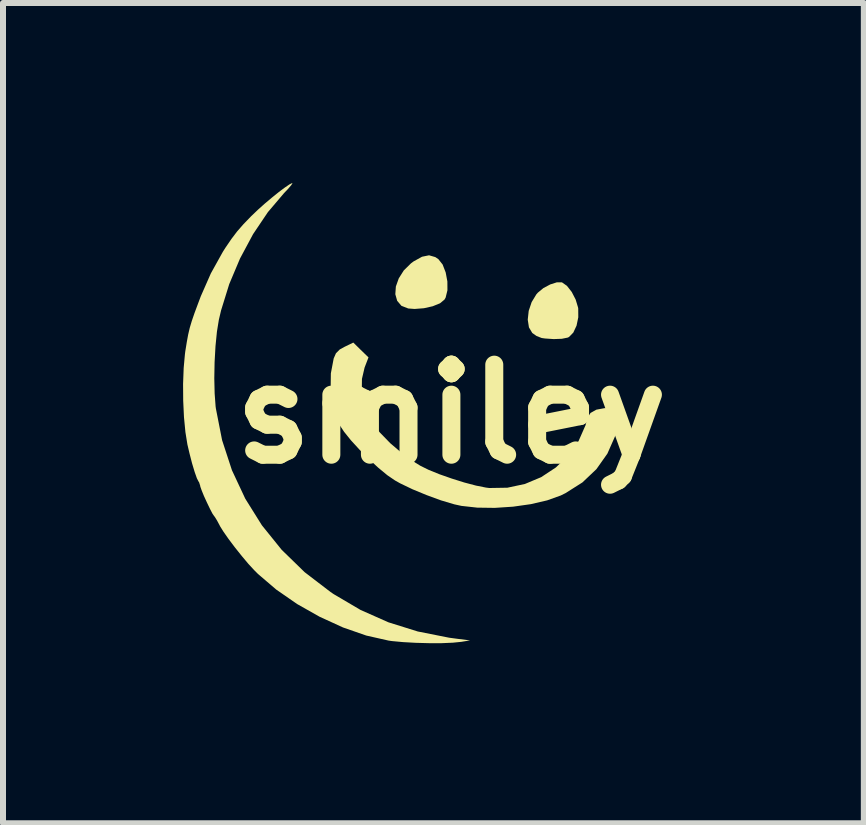
<source format=kicad_pcb>
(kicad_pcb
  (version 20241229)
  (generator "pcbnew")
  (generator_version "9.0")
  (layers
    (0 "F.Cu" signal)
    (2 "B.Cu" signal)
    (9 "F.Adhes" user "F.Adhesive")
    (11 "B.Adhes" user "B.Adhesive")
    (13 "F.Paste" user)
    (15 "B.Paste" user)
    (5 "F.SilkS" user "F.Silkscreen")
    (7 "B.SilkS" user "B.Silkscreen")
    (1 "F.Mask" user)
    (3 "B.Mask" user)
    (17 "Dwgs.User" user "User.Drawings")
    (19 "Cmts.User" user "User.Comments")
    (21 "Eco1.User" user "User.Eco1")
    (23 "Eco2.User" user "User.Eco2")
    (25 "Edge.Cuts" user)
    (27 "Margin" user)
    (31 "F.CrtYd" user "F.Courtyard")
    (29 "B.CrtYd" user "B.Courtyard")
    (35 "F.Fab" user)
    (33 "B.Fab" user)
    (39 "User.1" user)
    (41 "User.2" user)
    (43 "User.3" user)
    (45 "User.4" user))
  (footprint "smiley"
    (layer "F.Cu")
    (at 4.47 3.847)
    (property "Reference" "smiley" (at 0 0 0) (layer "F.SilkS") (effects (font (size 1.5 1.5) (thickness 0.3))))
    (attr board_only exclude_from_pos_files exclude_from_bom)
    (fp_poly (pts (xy -0.268 -2.614) (xy -0.218 -2.581) (xy -0.146 -2.49) (xy -0.095 -2.358) (xy -0.067 -2.208) (xy -0.066 -2.061) (xy -0.096 -1.939) (xy -0.115 -1.906) (xy -0.19 -1.844) (xy -0.311 -1.795) (xy -0.458 -1.762) (xy -0.613 -1.75) (xy -0.719 -1.758) (xy -0.832 -1.802) (xy -0.903 -1.885) (xy -0.934 -1.995) (xy -0.925 -2.124) (xy -0.877 -2.259) (xy -0.793 -2.392) (xy -0.673 -2.51) (xy -0.63 -2.542) (xy -0.489 -2.62) (xy -0.372 -2.644)) (stroke (width 0) (type solid)) (fill yes) (layer "F.SilkS"))
    (fp_poly (pts (xy 1.844 -2.192) (xy 1.925 -2.135) (xy 2.005 -2.033) (xy 2.07 -1.907) (xy 2.11 -1.775) (xy 2.113 -1.757) (xy 2.114 -1.611) (xy 2.085 -1.472) (xy 2.031 -1.356) (xy 1.959 -1.283) (xy 1.939 -1.273) (xy 1.84 -1.253) (xy 1.705 -1.248) (xy 1.559 -1.258) (xy 1.504 -1.266) (xy 1.419 -1.299) (xy 1.348 -1.349) (xy 1.292 -1.443) (xy 1.272 -1.571) (xy 1.288 -1.718) (xy 1.337 -1.864) (xy 1.416 -1.994) (xy 1.441 -2.022) (xy 1.533 -2.098) (xy 1.646 -2.158) (xy 1.755 -2.193) (xy 1.84 -2.193)) (stroke (width 0) (type solid)) (fill yes) (layer "F.SilkS"))
    (fp_poly (pts (xy -1.508 -1.066) (xy -1.381 -0.943) (xy -1.446 -0.774) (xy -1.49 -0.585) (xy -1.493 -0.369) (xy -1.457 -0.15) (xy -1.418 -0.031) (xy -1.33 0.13) (xy -1.193 0.307) (xy -1.018 0.487) (xy -0.815 0.66) (xy -0.596 0.814) (xy -0.516 0.863) (xy -0.38 0.93) (xy -0.201 1.003) (xy 0.004 1.075) (xy 0.214 1.141) (xy 0.411 1.193) (xy 0.576 1.226) (xy 0.631 1.233) (xy 0.933 1.228) (xy 1.224 1.166) (xy 1.496 1.052) (xy 1.74 0.891) (xy 1.951 0.689) (xy 2.118 0.452) (xy 2.235 0.186) (xy 2.269 0.06) (xy 2.317 -0.017) (xy 2.415 -0.072) (xy 2.55 -0.097) (xy 2.583 -0.098) (xy 2.642 -0.088) (xy 2.683 -0.049) (xy 2.723 0.037) (xy 2.728 0.049) (xy 2.759 0.139) (xy 2.767 0.208) (xy 2.753 0.285) (xy 2.728 0.368) (xy 2.599 0.66) (xy 2.416 0.919) (xy 2.183 1.14) (xy 1.902 1.318) (xy 1.821 1.358) (xy 1.595 1.439) (xy 1.324 1.502) (xy 1.027 1.544) (xy 0.723 1.564) (xy 0.431 1.56) (xy 0.168 1.531) (xy 0.049 1.505) (xy -0.173 1.439) (xy -0.413 1.351) (xy -0.648 1.254) (xy -0.854 1.155) (xy -0.938 1.108) (xy -1.067 1.02) (xy -1.216 0.897) (xy -1.375 0.751) (xy -1.531 0.594) (xy -1.673 0.439) (xy -1.788 0.296) (xy -1.865 0.18) (xy -1.873 0.163) (xy -1.966 -0.098) (xy -2.012 -0.385) (xy -2.008 -0.677) (xy -1.961 -0.925) (xy -1.923 -1.012) (xy -1.86 -1.075) (xy -1.78 -1.119) (xy -1.634 -1.19)) (stroke (width 0) (type solid)) (fill yes) (layer "F.SilkS"))
    (fp_poly (pts (xy -2.648 -3.843) (xy -2.669 -3.811) (xy -2.723 -3.748) (xy -2.787 -3.681) (xy -3.057 -3.363) (xy -3.304 -2.996) (xy -3.521 -2.591) (xy -3.701 -2.164) (xy -3.837 -1.726) (xy -3.874 -1.569) (xy -3.906 -1.372) (xy -3.93 -1.13) (xy -3.945 -0.863) (xy -3.95 -0.593) (xy -3.944 -0.34) (xy -3.928 -0.124) (xy -3.923 -0.089) (xy -3.82 0.436) (xy -3.656 0.937) (xy -3.434 1.411) (xy -3.157 1.854) (xy -2.827 2.263) (xy -2.445 2.635) (xy -2.014 2.965) (xy -1.961 3.001) (xy -1.514 3.264) (xy -1.05 3.47) (xy -0.561 3.623) (xy -0.037 3.727) (xy 0.098 3.745) (xy 0.311 3.772) (xy 0.163 3.796) (xy 0.024 3.81) (xy -0.162 3.818) (xy -0.375 3.818) (xy -0.597 3.812) (xy -0.808 3.8) (xy -0.99 3.783) (xy -1.046 3.775) (xy -1.418 3.691) (xy -1.806 3.556) (xy -2.195 3.378) (xy -2.57 3.166) (xy -2.918 2.925) (xy -3.222 2.665) (xy -3.286 2.601) (xy -3.382 2.497) (xy -3.492 2.366) (xy -3.607 2.222) (xy -3.713 2.081) (xy -3.799 1.958) (xy -3.855 1.868) (xy -3.857 1.863) (xy -3.904 1.775) (xy -3.941 1.715) (xy -3.953 1.7) (xy -3.98 1.661) (xy -4.022 1.58) (xy -4.072 1.476) (xy -4.122 1.367) (xy -4.161 1.271) (xy -4.183 1.209) (xy -4.184 1.198) (xy -4.204 1.136) (xy -4.212 1.126) (xy -4.24 1.071) (xy -4.277 0.966) (xy -4.32 0.823) (xy -4.363 0.656) (xy -4.398 0.507) (xy -4.431 0.302) (xy -4.455 0.053) (xy -4.468 -0.222) (xy -4.47 -0.501) (xy -4.46 -0.767) (xy -4.439 -0.998) (xy -4.433 -1.044) (xy -4.408 -1.199) (xy -4.385 -1.324) (xy -4.359 -1.435) (xy -4.325 -1.549) (xy -4.279 -1.683) (xy -4.216 -1.852) (xy -4.175 -1.961) (xy -4.007 -2.343) (xy -3.808 -2.701) (xy -3.767 -2.766) (xy -3.664 -2.917) (xy -3.57 -3.041) (xy -3.466 -3.16) (xy -3.334 -3.297) (xy -3.324 -3.306) (xy -3.225 -3.401) (xy -3.11 -3.504) (xy -2.99 -3.605) (xy -2.875 -3.698) (xy -2.773 -3.774) (xy -2.696 -3.826) (xy -2.653 -3.847)) (stroke (width 0) (type solid)) (fill yes) (layer "F.SilkS")))
  (gr_rect
    (start -3 -3)
    (end 11.341 10.665)
    (stroke (width 0.1) (type default))
    (fill no)
    (layer "Edge.Cuts")))
</source>
